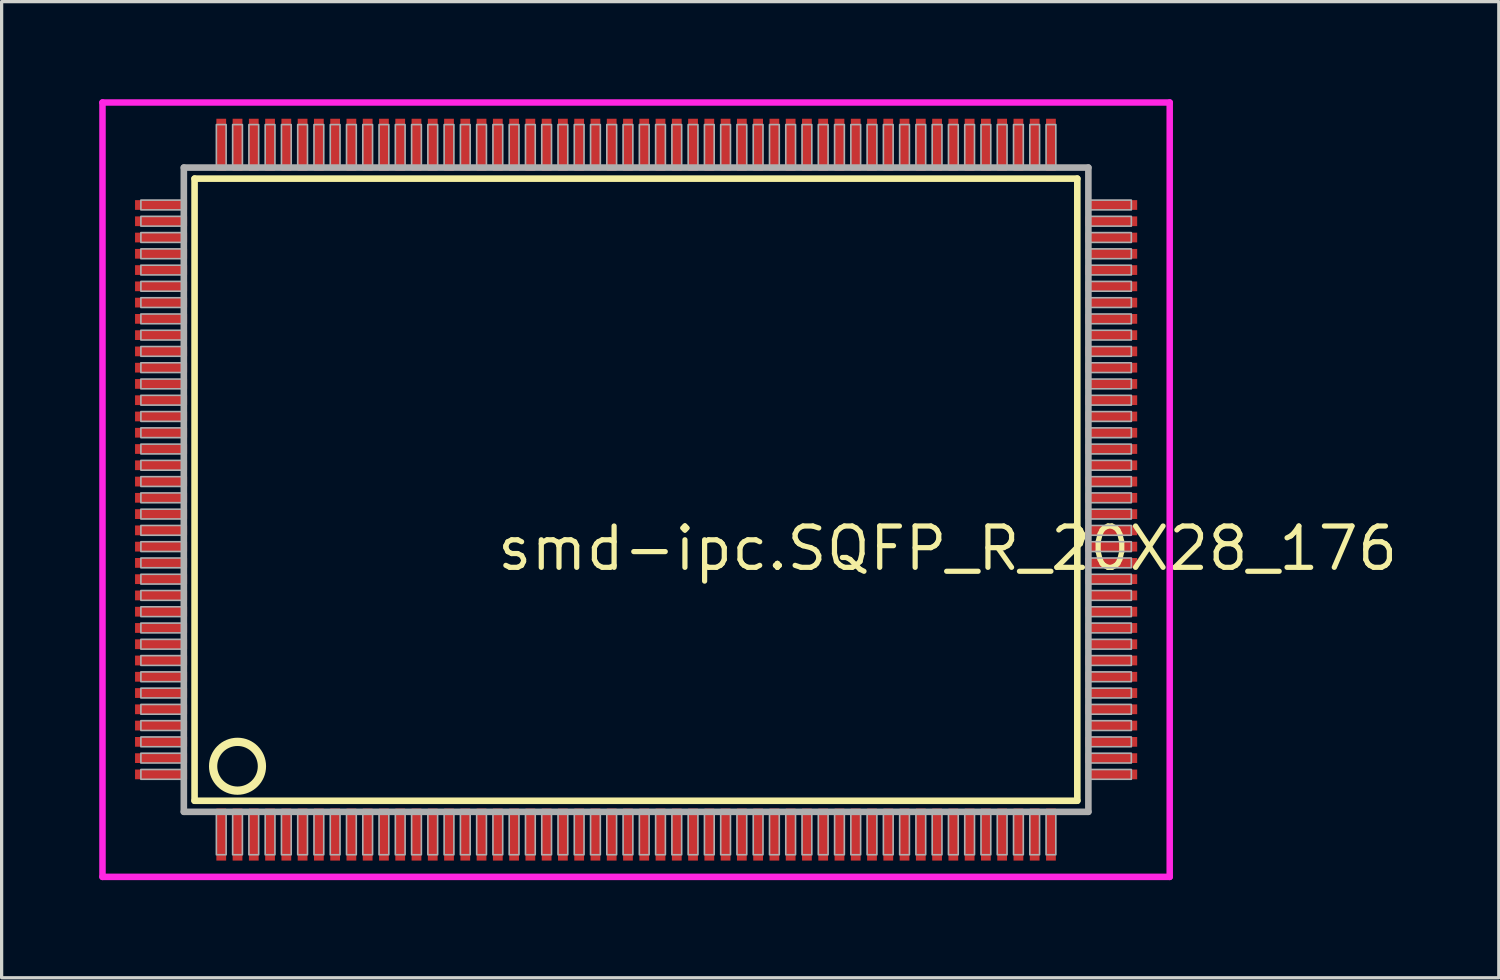
<source format=kicad_pcb>
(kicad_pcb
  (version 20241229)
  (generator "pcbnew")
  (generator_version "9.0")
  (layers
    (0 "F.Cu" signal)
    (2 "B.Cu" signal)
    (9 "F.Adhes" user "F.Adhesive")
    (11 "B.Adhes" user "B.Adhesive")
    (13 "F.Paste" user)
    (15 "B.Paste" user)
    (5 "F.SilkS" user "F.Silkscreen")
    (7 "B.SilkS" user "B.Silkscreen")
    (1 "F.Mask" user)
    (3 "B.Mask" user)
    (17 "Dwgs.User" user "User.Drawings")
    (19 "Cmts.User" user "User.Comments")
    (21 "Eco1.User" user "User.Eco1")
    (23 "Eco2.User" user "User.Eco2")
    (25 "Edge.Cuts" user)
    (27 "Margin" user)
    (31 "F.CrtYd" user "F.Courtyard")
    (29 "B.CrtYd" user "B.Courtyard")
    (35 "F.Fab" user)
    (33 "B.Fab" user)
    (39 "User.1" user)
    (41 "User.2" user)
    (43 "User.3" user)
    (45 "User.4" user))
  (footprint "smd-ipc.SQFP_R_20X28_176"
    (layer "F.Cu")
    (at 16.5 12)
    (property "Reference" "smd-ipc.SQFP_R_20X28_176" (at -4.35 2.55 0) (layer "F.SilkS") (effects (font (size 1.27 1.27) (thickness 0.16)) (justify left bottom)))
    (attr smd)
    (fp_line (start -13.57 -9.56) (end 13.56 -9.56) (stroke (width 0.203) (type default)) (layer "F.SilkS"))
    (fp_line (start -13.57 9.56) (end -13.57 -9.56) (stroke (width 0.203) (type default)) (layer "F.SilkS"))
    (fp_line (start 13.56 -9.56) (end 13.56 9.56) (stroke (width 0.203) (type default)) (layer "F.SilkS"))
    (fp_line (start 13.56 9.56) (end -13.57 9.56) (stroke (width 0.203) (type default)) (layer "F.SilkS"))
    (fp_circle (center -12.25 8.5) (end -11.5 8.5) (stroke (width 0.254) (type default)) (fill no) (layer "F.SilkS"))
    (fp_line (start -16.4 -11.9) (end 16.4 -11.9) (stroke (width 0.2) (type default)) (layer "F.CrtYd"))
    (fp_line (start -16.4 11.9) (end -16.4 -11.9) (stroke (width 0.2) (type default)) (layer "F.CrtYd"))
    (fp_line (start 16.4 -11.9) (end 16.4 11.9) (stroke (width 0.2) (type default)) (layer "F.CrtYd"))
    (fp_line (start 16.4 11.9) (end -16.4 11.9) (stroke (width 0.2) (type default)) (layer "F.CrtYd"))
    (fp_line (start -13.9 -9.9) (end -13.9 9.9) (stroke (width 0.203) (type default)) (layer "F.Fab"))
    (fp_line (start -13.9 9.9) (end 13.9 9.9) (stroke (width 0.203) (type default)) (layer "F.Fab"))
    (fp_line (start 13.9 -9.9) (end -13.9 -9.9) (stroke (width 0.203) (type default)) (layer "F.Fab"))
    (fp_line (start 13.9 9.9) (end 13.9 -9.9) (stroke (width 0.203) (type default)) (layer "F.Fab"))
    (fp_rect (start -15.22 -8.6) (end -13.95 -8.9) (stroke (width 0.05) (type default)) (fill no) (layer "F.Fab"))
    (fp_rect (start -15.22 -8.1) (end -13.95 -8.4) (stroke (width 0.05) (type default)) (fill no) (layer "F.Fab"))
    (fp_rect (start -15.22 -7.6) (end -13.95 -7.9) (stroke (width 0.05) (type default)) (fill no) (layer "F.Fab"))
    (fp_rect (start -15.22 -7.1) (end -13.95 -7.4) (stroke (width 0.05) (type default)) (fill no) (layer "F.Fab"))
    (fp_rect (start -15.22 -6.6) (end -13.95 -6.9) (stroke (width 0.05) (type default)) (fill no) (layer "F.Fab"))
    (fp_rect (start -15.22 -6.1) (end -13.95 -6.4) (stroke (width 0.05) (type default)) (fill no) (layer "F.Fab"))
    (fp_rect (start -15.22 -5.6) (end -13.95 -5.9) (stroke (width 0.05) (type default)) (fill no) (layer "F.Fab"))
    (fp_rect (start -15.22 -5.1) (end -13.95 -5.4) (stroke (width 0.05) (type default)) (fill no) (layer "F.Fab"))
    (fp_rect (start -15.22 -4.6) (end -13.95 -4.9) (stroke (width 0.05) (type default)) (fill no) (layer "F.Fab"))
    (fp_rect (start -15.22 -4.1) (end -13.95 -4.4) (stroke (width 0.05) (type default)) (fill no) (layer "F.Fab"))
    (fp_rect (start -15.22 -3.6) (end -13.95 -3.9) (stroke (width 0.05) (type default)) (fill no) (layer "F.Fab"))
    (fp_rect (start -15.22 -3.1) (end -13.95 -3.4) (stroke (width 0.05) (type default)) (fill no) (layer "F.Fab"))
    (fp_rect (start -15.22 -2.6) (end -13.95 -2.9) (stroke (width 0.05) (type default)) (fill no) (layer "F.Fab"))
    (fp_rect (start -15.22 -2.1) (end -13.95 -2.4) (stroke (width 0.05) (type default)) (fill no) (layer "F.Fab"))
    (fp_rect (start -15.22 -1.6) (end -13.95 -1.9) (stroke (width 0.05) (type default)) (fill no) (layer "F.Fab"))
    (fp_rect (start -15.22 -1.1) (end -13.95 -1.4) (stroke (width 0.05) (type default)) (fill no) (layer "F.Fab"))
    (fp_rect (start -15.22 -0.6) (end -13.95 -0.9) (stroke (width 0.05) (type default)) (fill no) (layer "F.Fab"))
    (fp_rect (start -15.22 -0.1) (end -13.95 -0.4) (stroke (width 0.05) (type default)) (fill no) (layer "F.Fab"))
    (fp_rect (start -15.22 0.4) (end -13.95 0.1) (stroke (width 0.05) (type default)) (fill no) (layer "F.Fab"))
    (fp_rect (start -15.22 0.9) (end -13.95 0.6) (stroke (width 0.05) (type default)) (fill no) (layer "F.Fab"))
    (fp_rect (start -15.22 1.4) (end -13.95 1.1) (stroke (width 0.05) (type default)) (fill no) (layer "F.Fab"))
    (fp_rect (start -15.22 1.9) (end -13.95 1.6) (stroke (width 0.05) (type default)) (fill no) (layer "F.Fab"))
    (fp_rect (start -15.22 2.4) (end -13.95 2.1) (stroke (width 0.05) (type default)) (fill no) (layer "F.Fab"))
    (fp_rect (start -15.22 2.9) (end -13.95 2.6) (stroke (width 0.05) (type default)) (fill no) (layer "F.Fab"))
    (fp_rect (start -15.22 3.4) (end -13.95 3.1) (stroke (width 0.05) (type default)) (fill no) (layer "F.Fab"))
    (fp_rect (start -15.22 3.9) (end -13.95 3.6) (stroke (width 0.05) (type default)) (fill no) (layer "F.Fab"))
    (fp_rect (start -15.22 4.4) (end -13.95 4.1) (stroke (width 0.05) (type default)) (fill no) (layer "F.Fab"))
    (fp_rect (start -15.22 4.9) (end -13.95 4.6) (stroke (width 0.05) (type default)) (fill no) (layer "F.Fab"))
    (fp_rect (start -15.22 5.4) (end -13.95 5.1) (stroke (width 0.05) (type default)) (fill no) (layer "F.Fab"))
    (fp_rect (start -15.22 5.9) (end -13.95 5.6) (stroke (width 0.05) (type default)) (fill no) (layer "F.Fab"))
    (fp_rect (start -15.22 6.4) (end -13.95 6.1) (stroke (width 0.05) (type default)) (fill no) (layer "F.Fab"))
    (fp_rect (start -15.22 6.9) (end -13.95 6.6) (stroke (width 0.05) (type default)) (fill no) (layer "F.Fab"))
    (fp_rect (start -15.22 7.4) (end -13.95 7.1) (stroke (width 0.05) (type default)) (fill no) (layer "F.Fab"))
    (fp_rect (start -15.22 7.9) (end -13.95 7.6) (stroke (width 0.05) (type default)) (fill no) (layer "F.Fab"))
    (fp_rect (start -15.22 8.4) (end -13.95 8.1) (stroke (width 0.05) (type default)) (fill no) (layer "F.Fab"))
    (fp_rect (start -15.22 8.9) (end -13.95 8.6) (stroke (width 0.05) (type default)) (fill no) (layer "F.Fab"))
    (fp_rect (start -12.9 -9.95) (end -12.6 -11.22) (stroke (width 0.05) (type default)) (fill no) (layer "F.Fab"))
    (fp_rect (start -12.9 11.22) (end -12.6 9.95) (stroke (width 0.05) (type default)) (fill no) (layer "F.Fab"))
    (fp_rect (start -12.4 -9.95) (end -12.1 -11.22) (stroke (width 0.05) (type default)) (fill no) (layer "F.Fab"))
    (fp_rect (start -12.4 11.22) (end -12.1 9.95) (stroke (width 0.05) (type default)) (fill no) (layer "F.Fab"))
    (fp_rect (start -11.9 -9.95) (end -11.6 -11.22) (stroke (width 0.05) (type default)) (fill no) (layer "F.Fab"))
    (fp_rect (start -11.9 11.22) (end -11.6 9.95) (stroke (width 0.05) (type default)) (fill no) (layer "F.Fab"))
    (fp_rect (start -11.4 -9.95) (end -11.1 -11.22) (stroke (width 0.05) (type default)) (fill no) (layer "F.Fab"))
    (fp_rect (start -11.4 11.22) (end -11.1 9.95) (stroke (width 0.05) (type default)) (fill no) (layer "F.Fab"))
    (fp_rect (start -10.9 -9.95) (end -10.6 -11.22) (stroke (width 0.05) (type default)) (fill no) (layer "F.Fab"))
    (fp_rect (start -10.9 11.22) (end -10.6 9.95) (stroke (width 0.05) (type default)) (fill no) (layer "F.Fab"))
    (fp_rect (start -10.4 -9.95) (end -10.1 -11.22) (stroke (width 0.05) (type default)) (fill no) (layer "F.Fab"))
    (fp_rect (start -10.4 11.22) (end -10.1 9.95) (stroke (width 0.05) (type default)) (fill no) (layer "F.Fab"))
    (fp_rect (start -9.9 -9.95) (end -9.6 -11.22) (stroke (width 0.05) (type default)) (fill no) (layer "F.Fab"))
    (fp_rect (start -9.9 11.22) (end -9.6 9.95) (stroke (width 0.05) (type default)) (fill no) (layer "F.Fab"))
    (fp_rect (start -9.4 -9.95) (end -9.1 -11.22) (stroke (width 0.05) (type default)) (fill no) (layer "F.Fab"))
    (fp_rect (start -9.4 11.22) (end -9.1 9.95) (stroke (width 0.05) (type default)) (fill no) (layer "F.Fab"))
    (fp_rect (start -8.9 -9.95) (end -8.6 -11.22) (stroke (width 0.05) (type default)) (fill no) (layer "F.Fab"))
    (fp_rect (start -8.9 11.22) (end -8.6 9.95) (stroke (width 0.05) (type default)) (fill no) (layer "F.Fab"))
    (fp_rect (start -8.4 -9.95) (end -8.1 -11.22) (stroke (width 0.05) (type default)) (fill no) (layer "F.Fab"))
    (fp_rect (start -8.4 11.22) (end -8.1 9.95) (stroke (width 0.05) (type default)) (fill no) (layer "F.Fab"))
    (fp_rect (start -7.9 -9.95) (end -7.6 -11.22) (stroke (width 0.05) (type default)) (fill no) (layer "F.Fab"))
    (fp_rect (start -7.9 11.22) (end -7.6 9.95) (stroke (width 0.05) (type default)) (fill no) (layer "F.Fab"))
    (fp_rect (start -7.4 -9.95) (end -7.1 -11.22) (stroke (width 0.05) (type default)) (fill no) (layer "F.Fab"))
    (fp_rect (start -7.4 11.22) (end -7.1 9.95) (stroke (width 0.05) (type default)) (fill no) (layer "F.Fab"))
    (fp_rect (start -6.9 -9.95) (end -6.6 -11.22) (stroke (width 0.05) (type default)) (fill no) (layer "F.Fab"))
    (fp_rect (start -6.9 11.22) (end -6.6 9.95) (stroke (width 0.05) (type default)) (fill no) (layer "F.Fab"))
    (fp_rect (start -6.4 -9.95) (end -6.1 -11.22) (stroke (width 0.05) (type default)) (fill no) (layer "F.Fab"))
    (fp_rect (start -6.4 11.22) (end -6.1 9.95) (stroke (width 0.05) (type default)) (fill no) (layer "F.Fab"))
    (fp_rect (start -5.9 -9.95) (end -5.6 -11.22) (stroke (width 0.05) (type default)) (fill no) (layer "F.Fab"))
    (fp_rect (start -5.9 11.22) (end -5.6 9.95) (stroke (width 0.05) (type default)) (fill no) (layer "F.Fab"))
    (fp_rect (start -5.4 -9.95) (end -5.1 -11.22) (stroke (width 0.05) (type default)) (fill no) (layer "F.Fab"))
    (fp_rect (start -5.4 11.22) (end -5.1 9.95) (stroke (width 0.05) (type default)) (fill no) (layer "F.Fab"))
    (fp_rect (start -4.9 -9.95) (end -4.6 -11.22) (stroke (width 0.05) (type default)) (fill no) (layer "F.Fab"))
    (fp_rect (start -4.9 11.22) (end -4.6 9.95) (stroke (width 0.05) (type default)) (fill no) (layer "F.Fab"))
    (fp_rect (start -4.4 -9.95) (end -4.1 -11.22) (stroke (width 0.05) (type default)) (fill no) (layer "F.Fab"))
    (fp_rect (start -4.4 11.22) (end -4.1 9.95) (stroke (width 0.05) (type default)) (fill no) (layer "F.Fab"))
    (fp_rect (start -3.9 -9.95) (end -3.6 -11.22) (stroke (width 0.05) (type default)) (fill no) (layer "F.Fab"))
    (fp_rect (start -3.9 11.22) (end -3.6 9.95) (stroke (width 0.05) (type default)) (fill no) (layer "F.Fab"))
    (fp_rect (start -3.4 -9.95) (end -3.1 -11.22) (stroke (width 0.05) (type default)) (fill no) (layer "F.Fab"))
    (fp_rect (start -3.4 11.22) (end -3.1 9.95) (stroke (width 0.05) (type default)) (fill no) (layer "F.Fab"))
    (fp_rect (start -2.9 -9.95) (end -2.6 -11.22) (stroke (width 0.05) (type default)) (fill no) (layer "F.Fab"))
    (fp_rect (start -2.9 11.22) (end -2.6 9.95) (stroke (width 0.05) (type default)) (fill no) (layer "F.Fab"))
    (fp_rect (start -2.4 -9.95) (end -2.1 -11.22) (stroke (width 0.05) (type default)) (fill no) (layer "F.Fab"))
    (fp_rect (start -2.4 11.22) (end -2.1 9.95) (stroke (width 0.05) (type default)) (fill no) (layer "F.Fab"))
    (fp_rect (start -1.9 -9.95) (end -1.6 -11.22) (stroke (width 0.05) (type default)) (fill no) (layer "F.Fab"))
    (fp_rect (start -1.9 11.22) (end -1.6 9.95) (stroke (width 0.05) (type default)) (fill no) (layer "F.Fab"))
    (fp_rect (start -1.4 -9.95) (end -1.1 -11.22) (stroke (width 0.05) (type default)) (fill no) (layer "F.Fab"))
    (fp_rect (start -1.4 11.22) (end -1.1 9.95) (stroke (width 0.05) (type default)) (fill no) (layer "F.Fab"))
    (fp_rect (start -0.9 -9.95) (end -0.6 -11.22) (stroke (width 0.05) (type default)) (fill no) (layer "F.Fab"))
    (fp_rect (start -0.9 11.22) (end -0.6 9.95) (stroke (width 0.05) (type default)) (fill no) (layer "F.Fab"))
    (fp_rect (start -0.4 -9.95) (end -0.1 -11.22) (stroke (width 0.05) (type default)) (fill no) (layer "F.Fab"))
    (fp_rect (start -0.4 11.22) (end -0.1 9.95) (stroke (width 0.05) (type default)) (fill no) (layer "F.Fab"))
    (fp_rect (start 0.1 -9.95) (end 0.4 -11.22) (stroke (width 0.05) (type default)) (fill no) (layer "F.Fab"))
    (fp_rect (start 0.1 11.22) (end 0.4 9.95) (stroke (width 0.05) (type default)) (fill no) (layer "F.Fab"))
    (fp_rect (start 0.6 -9.95) (end 0.9 -11.22) (stroke (width 0.05) (type default)) (fill no) (layer "F.Fab"))
    (fp_rect (start 0.6 11.22) (end 0.9 9.95) (stroke (width 0.05) (type default)) (fill no) (layer "F.Fab"))
    (fp_rect (start 1.1 -9.95) (end 1.4 -11.22) (stroke (width 0.05) (type default)) (fill no) (layer "F.Fab"))
    (fp_rect (start 1.1 11.22) (end 1.4 9.95) (stroke (width 0.05) (type default)) (fill no) (layer "F.Fab"))
    (fp_rect (start 1.6 -9.95) (end 1.9 -11.22) (stroke (width 0.05) (type default)) (fill no) (layer "F.Fab"))
    (fp_rect (start 1.6 11.22) (end 1.9 9.95) (stroke (width 0.05) (type default)) (fill no) (layer "F.Fab"))
    (fp_rect (start 2.1 -9.95) (end 2.4 -11.22) (stroke (width 0.05) (type default)) (fill no) (layer "F.Fab"))
    (fp_rect (start 2.1 11.22) (end 2.4 9.95) (stroke (width 0.05) (type default)) (fill no) (layer "F.Fab"))
    (fp_rect (start 2.6 -9.95) (end 2.9 -11.22) (stroke (width 0.05) (type default)) (fill no) (layer "F.Fab"))
    (fp_rect (start 2.6 11.22) (end 2.9 9.95) (stroke (width 0.05) (type default)) (fill no) (layer "F.Fab"))
    (fp_rect (start 3.1 -9.95) (end 3.4 -11.22) (stroke (width 0.05) (type default)) (fill no) (layer "F.Fab"))
    (fp_rect (start 3.1 11.22) (end 3.4 9.95) (stroke (width 0.05) (type default)) (fill no) (layer "F.Fab"))
    (fp_rect (start 3.6 -9.95) (end 3.9 -11.22) (stroke (width 0.05) (type default)) (fill no) (layer "F.Fab"))
    (fp_rect (start 3.6 11.22) (end 3.9 9.95) (stroke (width 0.05) (type default)) (fill no) (layer "F.Fab"))
    (fp_rect (start 4.1 -9.95) (end 4.4 -11.22) (stroke (width 0.05) (type default)) (fill no) (layer "F.Fab"))
    (fp_rect (start 4.1 11.22) (end 4.4 9.95) (stroke (width 0.05) (type default)) (fill no) (layer "F.Fab"))
    (fp_rect (start 4.6 -9.95) (end 4.9 -11.22) (stroke (width 0.05) (type default)) (fill no) (layer "F.Fab"))
    (fp_rect (start 4.6 11.22) (end 4.9 9.95) (stroke (width 0.05) (type default)) (fill no) (layer "F.Fab"))
    (fp_rect (start 5.1 -9.95) (end 5.4 -11.22) (stroke (width 0.05) (type default)) (fill no) (layer "F.Fab"))
    (fp_rect (start 5.1 11.22) (end 5.4 9.95) (stroke (width 0.05) (type default)) (fill no) (layer "F.Fab"))
    (fp_rect (start 5.6 -9.95) (end 5.9 -11.22) (stroke (width 0.05) (type default)) (fill no) (layer "F.Fab"))
    (fp_rect (start 5.6 11.22) (end 5.9 9.95) (stroke (width 0.05) (type default)) (fill no) (layer "F.Fab"))
    (fp_rect (start 6.1 -9.95) (end 6.4 -11.22) (stroke (width 0.05) (type default)) (fill no) (layer "F.Fab"))
    (fp_rect (start 6.1 11.22) (end 6.4 9.95) (stroke (width 0.05) (type default)) (fill no) (layer "F.Fab"))
    (fp_rect (start 6.6 -9.95) (end 6.9 -11.22) (stroke (width 0.05) (type default)) (fill no) (layer "F.Fab"))
    (fp_rect (start 6.6 11.22) (end 6.9 9.95) (stroke (width 0.05) (type default)) (fill no) (layer "F.Fab"))
    (fp_rect (start 7.1 -9.95) (end 7.4 -11.22) (stroke (width 0.05) (type default)) (fill no) (layer "F.Fab"))
    (fp_rect (start 7.1 11.22) (end 7.4 9.95) (stroke (width 0.05) (type default)) (fill no) (layer "F.Fab"))
    (fp_rect (start 7.6 -9.95) (end 7.9 -11.22) (stroke (width 0.05) (type default)) (fill no) (layer "F.Fab"))
    (fp_rect (start 7.6 11.22) (end 7.9 9.95) (stroke (width 0.05) (type default)) (fill no) (layer "F.Fab"))
    (fp_rect (start 8.1 -9.95) (end 8.4 -11.22) (stroke (width 0.05) (type default)) (fill no) (layer "F.Fab"))
    (fp_rect (start 8.1 11.22) (end 8.4 9.95) (stroke (width 0.05) (type default)) (fill no) (layer "F.Fab"))
    (fp_rect (start 8.6 -9.95) (end 8.9 -11.22) (stroke (width 0.05) (type default)) (fill no) (layer "F.Fab"))
    (fp_rect (start 8.6 11.22) (end 8.9 9.95) (stroke (width 0.05) (type default)) (fill no) (layer "F.Fab"))
    (fp_rect (start 9.1 -9.95) (end 9.4 -11.22) (stroke (width 0.05) (type default)) (fill no) (layer "F.Fab"))
    (fp_rect (start 9.1 11.22) (end 9.4 9.95) (stroke (width 0.05) (type default)) (fill no) (layer "F.Fab"))
    (fp_rect (start 9.6 -9.95) (end 9.9 -11.22) (stroke (width 0.05) (type default)) (fill no) (layer "F.Fab"))
    (fp_rect (start 9.6 11.22) (end 9.9 9.95) (stroke (width 0.05) (type default)) (fill no) (layer "F.Fab"))
    (fp_rect (start 10.1 -9.95) (end 10.4 -11.22) (stroke (width 0.05) (type default)) (fill no) (layer "F.Fab"))
    (fp_rect (start 10.1 11.22) (end 10.4 9.95) (stroke (width 0.05) (type default)) (fill no) (layer "F.Fab"))
    (fp_rect (start 10.6 -9.95) (end 10.9 -11.22) (stroke (width 0.05) (type default)) (fill no) (layer "F.Fab"))
    (fp_rect (start 10.6 11.22) (end 10.9 9.95) (stroke (width 0.05) (type default)) (fill no) (layer "F.Fab"))
    (fp_rect (start 11.1 -9.95) (end 11.4 -11.22) (stroke (width 0.05) (type default)) (fill no) (layer "F.Fab"))
    (fp_rect (start 11.1 11.22) (end 11.4 9.95) (stroke (width 0.05) (type default)) (fill no) (layer "F.Fab"))
    (fp_rect (start 11.6 -9.95) (end 11.9 -11.22) (stroke (width 0.05) (type default)) (fill no) (layer "F.Fab"))
    (fp_rect (start 11.6 11.22) (end 11.9 9.95) (stroke (width 0.05) (type default)) (fill no) (layer "F.Fab"))
    (fp_rect (start 12.1 -9.95) (end 12.4 -11.22) (stroke (width 0.05) (type default)) (fill no) (layer "F.Fab"))
    (fp_rect (start 12.1 11.22) (end 12.4 9.95) (stroke (width 0.05) (type default)) (fill no) (layer "F.Fab"))
    (fp_rect (start 12.6 -9.95) (end 12.9 -11.22) (stroke (width 0.05) (type default)) (fill no) (layer "F.Fab"))
    (fp_rect (start 12.6 11.22) (end 12.9 9.95) (stroke (width 0.05) (type default)) (fill no) (layer "F.Fab"))
    (fp_rect (start 13.95 -8.6) (end 15.22 -8.9) (stroke (width 0.05) (type default)) (fill no) (layer "F.Fab"))
    (fp_rect (start 13.95 -8.1) (end 15.22 -8.4) (stroke (width 0.05) (type default)) (fill no) (layer "F.Fab"))
    (fp_rect (start 13.95 -7.6) (end 15.22 -7.9) (stroke (width 0.05) (type default)) (fill no) (layer "F.Fab"))
    (fp_rect (start 13.95 -7.1) (end 15.22 -7.4) (stroke (width 0.05) (type default)) (fill no) (layer "F.Fab"))
    (fp_rect (start 13.95 -6.6) (end 15.22 -6.9) (stroke (width 0.05) (type default)) (fill no) (layer "F.Fab"))
    (fp_rect (start 13.95 -6.1) (end 15.22 -6.4) (stroke (width 0.05) (type default)) (fill no) (layer "F.Fab"))
    (fp_rect (start 13.95 -5.6) (end 15.22 -5.9) (stroke (width 0.05) (type default)) (fill no) (layer "F.Fab"))
    (fp_rect (start 13.95 -5.1) (end 15.22 -5.4) (stroke (width 0.05) (type default)) (fill no) (layer "F.Fab"))
    (fp_rect (start 13.95 -4.6) (end 15.22 -4.9) (stroke (width 0.05) (type default)) (fill no) (layer "F.Fab"))
    (fp_rect (start 13.95 -4.1) (end 15.22 -4.4) (stroke (width 0.05) (type default)) (fill no) (layer "F.Fab"))
    (fp_rect (start 13.95 -3.6) (end 15.22 -3.9) (stroke (width 0.05) (type default)) (fill no) (layer "F.Fab"))
    (fp_rect (start 13.95 -3.1) (end 15.22 -3.4) (stroke (width 0.05) (type default)) (fill no) (layer "F.Fab"))
    (fp_rect (start 13.95 -2.6) (end 15.22 -2.9) (stroke (width 0.05) (type default)) (fill no) (layer "F.Fab"))
    (fp_rect (start 13.95 -2.1) (end 15.22 -2.4) (stroke (width 0.05) (type default)) (fill no) (layer "F.Fab"))
    (fp_rect (start 13.95 -1.6) (end 15.22 -1.9) (stroke (width 0.05) (type default)) (fill no) (layer "F.Fab"))
    (fp_rect (start 13.95 -1.1) (end 15.22 -1.4) (stroke (width 0.05) (type default)) (fill no) (layer "F.Fab"))
    (fp_rect (start 13.95 -0.6) (end 15.22 -0.9) (stroke (width 0.05) (type default)) (fill no) (layer "F.Fab"))
    (fp_rect (start 13.95 -0.1) (end 15.22 -0.4) (stroke (width 0.05) (type default)) (fill no) (layer "F.Fab"))
    (fp_rect (start 13.95 0.4) (end 15.22 0.1) (stroke (width 0.05) (type default)) (fill no) (layer "F.Fab"))
    (fp_rect (start 13.95 0.9) (end 15.22 0.6) (stroke (width 0.05) (type default)) (fill no) (layer "F.Fab"))
    (fp_rect (start 13.95 1.4) (end 15.22 1.1) (stroke (width 0.05) (type default)) (fill no) (layer "F.Fab"))
    (fp_rect (start 13.95 1.9) (end 15.22 1.6) (stroke (width 0.05) (type default)) (fill no) (layer "F.Fab"))
    (fp_rect (start 13.95 2.4) (end 15.22 2.1) (stroke (width 0.05) (type default)) (fill no) (layer "F.Fab"))
    (fp_rect (start 13.95 2.9) (end 15.22 2.6) (stroke (width 0.05) (type default)) (fill no) (layer "F.Fab"))
    (fp_rect (start 13.95 3.4) (end 15.22 3.1) (stroke (width 0.05) (type default)) (fill no) (layer "F.Fab"))
    (fp_rect (start 13.95 3.9) (end 15.22 3.6) (stroke (width 0.05) (type default)) (fill no) (layer "F.Fab"))
    (fp_rect (start 13.95 4.4) (end 15.22 4.1) (stroke (width 0.05) (type default)) (fill no) (layer "F.Fab"))
    (fp_rect (start 13.95 4.9) (end 15.22 4.6) (stroke (width 0.05) (type default)) (fill no) (layer "F.Fab"))
    (fp_rect (start 13.95 5.4) (end 15.22 5.1) (stroke (width 0.05) (type default)) (fill no) (layer "F.Fab"))
    (fp_rect (start 13.95 5.9) (end 15.22 5.6) (stroke (width 0.05) (type default)) (fill no) (layer "F.Fab"))
    (fp_rect (start 13.95 6.4) (end 15.22 6.1) (stroke (width 0.05) (type default)) (fill no) (layer "F.Fab"))
    (fp_rect (start 13.95 6.9) (end 15.22 6.6) (stroke (width 0.05) (type default)) (fill no) (layer "F.Fab"))
    (fp_rect (start 13.95 7.4) (end 15.22 7.1) (stroke (width 0.05) (type default)) (fill no) (layer "F.Fab"))
    (fp_rect (start 13.95 7.9) (end 15.22 7.6) (stroke (width 0.05) (type default)) (fill no) (layer "F.Fab"))
    (fp_rect (start 13.95 8.4) (end 15.22 8.1) (stroke (width 0.05) (type default)) (fill no) (layer "F.Fab"))
    (fp_rect (start 13.95 8.9) (end 15.22 8.6) (stroke (width 0.05) (type default)) (fill no) (layer "F.Fab"))
    (pad "1" smd roundrect (at -12.75 10.6) (size 0.3 1.6) (layers "F.Cu" "F.Mask" "F.Paste") (roundrect_rratio 0.01))
    (pad "2" smd roundrect (at -12.25 10.6) (size 0.3 1.6) (layers "F.Cu" "F.Mask" "F.Paste") (roundrect_rratio 0.01))
    (pad "3" smd roundrect (at -11.75 10.6) (size 0.3 1.6) (layers "F.Cu" "F.Mask" "F.Paste") (roundrect_rratio 0.01))
    (pad "4" smd roundrect (at -11.25 10.6) (size 0.3 1.6) (layers "F.Cu" "F.Mask" "F.Paste") (roundrect_rratio 0.01))
    (pad "5" smd roundrect (at -10.75 10.6) (size 0.3 1.6) (layers "F.Cu" "F.Mask" "F.Paste") (roundrect_rratio 0.01))
    (pad "6" smd roundrect (at -10.25 10.6) (size 0.3 1.6) (layers "F.Cu" "F.Mask" "F.Paste") (roundrect_rratio 0.01))
    (pad "7" smd roundrect (at -9.75 10.6) (size 0.3 1.6) (layers "F.Cu" "F.Mask" "F.Paste") (roundrect_rratio 0.01))
    (pad "8" smd roundrect (at -9.25 10.6) (size 0.3 1.6) (layers "F.Cu" "F.Mask" "F.Paste") (roundrect_rratio 0.01))
    (pad "9" smd roundrect (at -8.75 10.6) (size 0.3 1.6) (layers "F.Cu" "F.Mask" "F.Paste") (roundrect_rratio 0.01))
    (pad "10" smd roundrect (at -8.25 10.6) (size 0.3 1.6) (layers "F.Cu" "F.Mask" "F.Paste") (roundrect_rratio 0.01))
    (pad "11" smd roundrect (at -7.75 10.6) (size 0.3 1.6) (layers "F.Cu" "F.Mask" "F.Paste") (roundrect_rratio 0.01))
    (pad "12" smd roundrect (at -7.25 10.6) (size 0.3 1.6) (layers "F.Cu" "F.Mask" "F.Paste") (roundrect_rratio 0.01))
    (pad "13" smd roundrect (at -6.75 10.6) (size 0.3 1.6) (layers "F.Cu" "F.Mask" "F.Paste") (roundrect_rratio 0.01))
    (pad "14" smd roundrect (at -6.25 10.6) (size 0.3 1.6) (layers "F.Cu" "F.Mask" "F.Paste") (roundrect_rratio 0.01))
    (pad "15" smd roundrect (at -5.75 10.6) (size 0.3 1.6) (layers "F.Cu" "F.Mask" "F.Paste") (roundrect_rratio 0.01))
    (pad "16" smd roundrect (at -5.25 10.6) (size 0.3 1.6) (layers "F.Cu" "F.Mask" "F.Paste") (roundrect_rratio 0.01))
    (pad "17" smd roundrect (at -4.75 10.6) (size 0.3 1.6) (layers "F.Cu" "F.Mask" "F.Paste") (roundrect_rratio 0.01))
    (pad "18" smd roundrect (at -4.25 10.6) (size 0.3 1.6) (layers "F.Cu" "F.Mask" "F.Paste") (roundrect_rratio 0.01))
    (pad "19" smd roundrect (at -3.75 10.6) (size 0.3 1.6) (layers "F.Cu" "F.Mask" "F.Paste") (roundrect_rratio 0.01))
    (pad "20" smd roundrect (at -3.25 10.6) (size 0.3 1.6) (layers "F.Cu" "F.Mask" "F.Paste") (roundrect_rratio 0.01))
    (pad "21" smd roundrect (at -2.75 10.6) (size 0.3 1.6) (layers "F.Cu" "F.Mask" "F.Paste") (roundrect_rratio 0.01))
    (pad "22" smd roundrect (at -2.25 10.6) (size 0.3 1.6) (layers "F.Cu" "F.Mask" "F.Paste") (roundrect_rratio 0.01))
    (pad "23" smd roundrect (at -1.75 10.6) (size 0.3 1.6) (layers "F.Cu" "F.Mask" "F.Paste") (roundrect_rratio 0.01))
    (pad "24" smd roundrect (at -1.25 10.6) (size 0.3 1.6) (layers "F.Cu" "F.Mask" "F.Paste") (roundrect_rratio 0.01))
    (pad "25" smd roundrect (at -0.75 10.6) (size 0.3 1.6) (layers "F.Cu" "F.Mask" "F.Paste") (roundrect_rratio 0.01))
    (pad "26" smd roundrect (at -0.25 10.6) (size 0.3 1.6) (layers "F.Cu" "F.Mask" "F.Paste") (roundrect_rratio 0.01))
    (pad "27" smd roundrect (at 0.25 10.6) (size 0.3 1.6) (layers "F.Cu" "F.Mask" "F.Paste") (roundrect_rratio 0.01))
    (pad "28" smd roundrect (at 0.75 10.6) (size 0.3 1.6) (layers "F.Cu" "F.Mask" "F.Paste") (roundrect_rratio 0.01))
    (pad "29" smd roundrect (at 1.25 10.6) (size 0.3 1.6) (layers "F.Cu" "F.Mask" "F.Paste") (roundrect_rratio 0.01))
    (pad "30" smd roundrect (at 1.75 10.6) (size 0.3 1.6) (layers "F.Cu" "F.Mask" "F.Paste") (roundrect_rratio 0.01))
    (pad "31" smd roundrect (at 2.25 10.6) (size 0.3 1.6) (layers "F.Cu" "F.Mask" "F.Paste") (roundrect_rratio 0.01))
    (pad "32" smd roundrect (at 2.75 10.6) (size 0.3 1.6) (layers "F.Cu" "F.Mask" "F.Paste") (roundrect_rratio 0.01))
    (pad "33" smd roundrect (at 3.25 10.6) (size 0.3 1.6) (layers "F.Cu" "F.Mask" "F.Paste") (roundrect_rratio 0.01))
    (pad "34" smd roundrect (at 3.75 10.6) (size 0.3 1.6) (layers "F.Cu" "F.Mask" "F.Paste") (roundrect_rratio 0.01))
    (pad "35" smd roundrect (at 4.25 10.6) (size 0.3 1.6) (layers "F.Cu" "F.Mask" "F.Paste") (roundrect_rratio 0.01))
    (pad "36" smd roundrect (at 4.75 10.6) (size 0.3 1.6) (layers "F.Cu" "F.Mask" "F.Paste") (roundrect_rratio 0.01))
    (pad "37" smd roundrect (at 5.25 10.6) (size 0.3 1.6) (layers "F.Cu" "F.Mask" "F.Paste") (roundrect_rratio 0.01))
    (pad "38" smd roundrect (at 5.75 10.6) (size 0.3 1.6) (layers "F.Cu" "F.Mask" "F.Paste") (roundrect_rratio 0.01))
    (pad "39" smd roundrect (at 6.25 10.6) (size 0.3 1.6) (layers "F.Cu" "F.Mask" "F.Paste") (roundrect_rratio 0.01))
    (pad "40" smd roundrect (at 6.75 10.6) (size 0.3 1.6) (layers "F.Cu" "F.Mask" "F.Paste") (roundrect_rratio 0.01))
    (pad "41" smd roundrect (at 7.25 10.6) (size 0.3 1.6) (layers "F.Cu" "F.Mask" "F.Paste") (roundrect_rratio 0.01))
    (pad "42" smd roundrect (at 7.75 10.6) (size 0.3 1.6) (layers "F.Cu" "F.Mask" "F.Paste") (roundrect_rratio 0.01))
    (pad "43" smd roundrect (at 8.25 10.6) (size 0.3 1.6) (layers "F.Cu" "F.Mask" "F.Paste") (roundrect_rratio 0.01))
    (pad "44" smd roundrect (at 8.75 10.6) (size 0.3 1.6) (layers "F.Cu" "F.Mask" "F.Paste") (roundrect_rratio 0.01))
    (pad "45" smd roundrect (at 9.25 10.6) (size 0.3 1.6) (layers "F.Cu" "F.Mask" "F.Paste") (roundrect_rratio 0.01))
    (pad "46" smd roundrect (at 9.75 10.6) (size 0.3 1.6) (layers "F.Cu" "F.Mask" "F.Paste") (roundrect_rratio 0.01))
    (pad "47" smd roundrect (at 10.25 10.6) (size 0.3 1.6) (layers "F.Cu" "F.Mask" "F.Paste") (roundrect_rratio 0.01))
    (pad "48" smd roundrect (at 10.75 10.6) (size 0.3 1.6) (layers "F.Cu" "F.Mask" "F.Paste") (roundrect_rratio 0.01))
    (pad "49" smd roundrect (at 11.25 10.6) (size 0.3 1.6) (layers "F.Cu" "F.Mask" "F.Paste") (roundrect_rratio 0.01))
    (pad "50" smd roundrect (at 11.75 10.6) (size 0.3 1.6) (layers "F.Cu" "F.Mask" "F.Paste") (roundrect_rratio 0.01))
    (pad "51" smd roundrect (at 12.25 10.6) (size 0.3 1.6) (layers "F.Cu" "F.Mask" "F.Paste") (roundrect_rratio 0.01))
    (pad "52" smd roundrect (at 12.75 10.6) (size 0.3 1.6) (layers "F.Cu" "F.Mask" "F.Paste") (roundrect_rratio 0.01))
    (pad "53" smd roundrect (at 14.6 8.75) (size 1.6 0.3) (layers "F.Cu" "F.Mask" "F.Paste") (roundrect_rratio 0.01))
    (pad "54" smd roundrect (at 14.6 8.25) (size 1.6 0.3) (layers "F.Cu" "F.Mask" "F.Paste") (roundrect_rratio 0.01))
    (pad "55" smd roundrect (at 14.6 7.75) (size 1.6 0.3) (layers "F.Cu" "F.Mask" "F.Paste") (roundrect_rratio 0.01))
    (pad "56" smd roundrect (at 14.6 7.25) (size 1.6 0.3) (layers "F.Cu" "F.Mask" "F.Paste") (roundrect_rratio 0.01))
    (pad "57" smd roundrect (at 14.6 6.75) (size 1.6 0.3) (layers "F.Cu" "F.Mask" "F.Paste") (roundrect_rratio 0.01))
    (pad "58" smd roundrect (at 14.6 6.25) (size 1.6 0.3) (layers "F.Cu" "F.Mask" "F.Paste") (roundrect_rratio 0.01))
    (pad "59" smd roundrect (at 14.6 5.75) (size 1.6 0.3) (layers "F.Cu" "F.Mask" "F.Paste") (roundrect_rratio 0.01))
    (pad "60" smd roundrect (at 14.6 5.25) (size 1.6 0.3) (layers "F.Cu" "F.Mask" "F.Paste") (roundrect_rratio 0.01))
    (pad "61" smd roundrect (at 14.6 4.75) (size 1.6 0.3) (layers "F.Cu" "F.Mask" "F.Paste") (roundrect_rratio 0.01))
    (pad "62" smd roundrect (at 14.6 4.25) (size 1.6 0.3) (layers "F.Cu" "F.Mask" "F.Paste") (roundrect_rratio 0.01))
    (pad "63" smd roundrect (at 14.6 3.75) (size 1.6 0.3) (layers "F.Cu" "F.Mask" "F.Paste") (roundrect_rratio 0.01))
    (pad "64" smd roundrect (at 14.6 3.25) (size 1.6 0.3) (layers "F.Cu" "F.Mask" "F.Paste") (roundrect_rratio 0.01))
    (pad "65" smd roundrect (at 14.6 2.75) (size 1.6 0.3) (layers "F.Cu" "F.Mask" "F.Paste") (roundrect_rratio 0.01))
    (pad "66" smd roundrect (at 14.6 2.25) (size 1.6 0.3) (layers "F.Cu" "F.Mask" "F.Paste") (roundrect_rratio 0.01))
    (pad "67" smd roundrect (at 14.6 1.75) (size 1.6 0.3) (layers "F.Cu" "F.Mask" "F.Paste") (roundrect_rratio 0.01))
    (pad "68" smd roundrect (at 14.6 1.25) (size 1.6 0.3) (layers "F.Cu" "F.Mask" "F.Paste") (roundrect_rratio 0.01))
    (pad "69" smd roundrect (at 14.6 0.75) (size 1.6 0.3) (layers "F.Cu" "F.Mask" "F.Paste") (roundrect_rratio 0.01))
    (pad "70" smd roundrect (at 14.6 0.25) (size 1.6 0.3) (layers "F.Cu" "F.Mask" "F.Paste") (roundrect_rratio 0.01))
    (pad "71" smd roundrect (at 14.6 -0.25) (size 1.6 0.3) (layers "F.Cu" "F.Mask" "F.Paste") (roundrect_rratio 0.01))
    (pad "72" smd roundrect (at 14.6 -0.75) (size 1.6 0.3) (layers "F.Cu" "F.Mask" "F.Paste") (roundrect_rratio 0.01))
    (pad "73" smd roundrect (at 14.6 -1.25) (size 1.6 0.3) (layers "F.Cu" "F.Mask" "F.Paste") (roundrect_rratio 0.01))
    (pad "74" smd roundrect (at 14.6 -1.75) (size 1.6 0.3) (layers "F.Cu" "F.Mask" "F.Paste") (roundrect_rratio 0.01))
    (pad "75" smd roundrect (at 14.6 -2.25) (size 1.6 0.3) (layers "F.Cu" "F.Mask" "F.Paste") (roundrect_rratio 0.01))
    (pad "76" smd roundrect (at 14.6 -2.75) (size 1.6 0.3) (layers "F.Cu" "F.Mask" "F.Paste") (roundrect_rratio 0.01))
    (pad "77" smd roundrect (at 14.6 -3.25) (size 1.6 0.3) (layers "F.Cu" "F.Mask" "F.Paste") (roundrect_rratio 0.01))
    (pad "78" smd roundrect (at 14.6 -3.75) (size 1.6 0.3) (layers "F.Cu" "F.Mask" "F.Paste") (roundrect_rratio 0.01))
    (pad "79" smd roundrect (at 14.6 -4.25) (size 1.6 0.3) (layers "F.Cu" "F.Mask" "F.Paste") (roundrect_rratio 0.01))
    (pad "80" smd roundrect (at 14.6 -4.75) (size 1.6 0.3) (layers "F.Cu" "F.Mask" "F.Paste") (roundrect_rratio 0.01))
    (pad "81" smd roundrect (at 14.6 -5.25) (size 1.6 0.3) (layers "F.Cu" "F.Mask" "F.Paste") (roundrect_rratio 0.01))
    (pad "82" smd roundrect (at 14.6 -5.75) (size 1.6 0.3) (layers "F.Cu" "F.Mask" "F.Paste") (roundrect_rratio 0.01))
    (pad "83" smd roundrect (at 14.6 -6.25) (size 1.6 0.3) (layers "F.Cu" "F.Mask" "F.Paste") (roundrect_rratio 0.01))
    (pad "84" smd roundrect (at 14.6 -6.75) (size 1.6 0.3) (layers "F.Cu" "F.Mask" "F.Paste") (roundrect_rratio 0.01))
    (pad "85" smd roundrect (at 14.6 -7.25) (size 1.6 0.3) (layers "F.Cu" "F.Mask" "F.Paste") (roundrect_rratio 0.01))
    (pad "86" smd roundrect (at 14.6 -7.75) (size 1.6 0.3) (layers "F.Cu" "F.Mask" "F.Paste") (roundrect_rratio 0.01))
    (pad "87" smd roundrect (at 14.6 -8.25) (size 1.6 0.3) (layers "F.Cu" "F.Mask" "F.Paste") (roundrect_rratio 0.01))
    (pad "88" smd roundrect (at 14.6 -8.75) (size 1.6 0.3) (layers "F.Cu" "F.Mask" "F.Paste") (roundrect_rratio 0.01))
    (pad "89" smd roundrect (at 12.75 -10.6) (size 0.3 1.6) (layers "F.Cu" "F.Mask" "F.Paste") (roundrect_rratio 0.01))
    (pad "90" smd roundrect (at 12.25 -10.6) (size 0.3 1.6) (layers "F.Cu" "F.Mask" "F.Paste") (roundrect_rratio 0.01))
    (pad "91" smd roundrect (at 11.75 -10.6) (size 0.3 1.6) (layers "F.Cu" "F.Mask" "F.Paste") (roundrect_rratio 0.01))
    (pad "92" smd roundrect (at 11.25 -10.6) (size 0.3 1.6) (layers "F.Cu" "F.Mask" "F.Paste") (roundrect_rratio 0.01))
    (pad "93" smd roundrect (at 10.75 -10.6) (size 0.3 1.6) (layers "F.Cu" "F.Mask" "F.Paste") (roundrect_rratio 0.01))
    (pad "94" smd roundrect (at 10.25 -10.6) (size 0.3 1.6) (layers "F.Cu" "F.Mask" "F.Paste") (roundrect_rratio 0.01))
    (pad "95" smd roundrect (at 9.75 -10.6) (size 0.3 1.6) (layers "F.Cu" "F.Mask" "F.Paste") (roundrect_rratio 0.01))
    (pad "96" smd roundrect (at 9.25 -10.6) (size 0.3 1.6) (layers "F.Cu" "F.Mask" "F.Paste") (roundrect_rratio 0.01))
    (pad "97" smd roundrect (at 8.75 -10.6) (size 0.3 1.6) (layers "F.Cu" "F.Mask" "F.Paste") (roundrect_rratio 0.01))
    (pad "98" smd roundrect (at 8.25 -10.6) (size 0.3 1.6) (layers "F.Cu" "F.Mask" "F.Paste") (roundrect_rratio 0.01))
    (pad "99" smd roundrect (at 7.75 -10.6) (size 0.3 1.6) (layers "F.Cu" "F.Mask" "F.Paste") (roundrect_rratio 0.01))
    (pad "100" smd roundrect (at 7.25 -10.6) (size 0.3 1.6) (layers "F.Cu" "F.Mask" "F.Paste") (roundrect_rratio 0.01))
    (pad "101" smd roundrect (at 6.75 -10.6) (size 0.3 1.6) (layers "F.Cu" "F.Mask" "F.Paste") (roundrect_rratio 0.01))
    (pad "102" smd roundrect (at 6.25 -10.6) (size 0.3 1.6) (layers "F.Cu" "F.Mask" "F.Paste") (roundrect_rratio 0.01))
    (pad "103" smd roundrect (at 5.75 -10.6) (size 0.3 1.6) (layers "F.Cu" "F.Mask" "F.Paste") (roundrect_rratio 0.01))
    (pad "104" smd roundrect (at 5.25 -10.6) (size 0.3 1.6) (layers "F.Cu" "F.Mask" "F.Paste") (roundrect_rratio 0.01))
    (pad "105" smd roundrect (at 4.75 -10.6) (size 0.3 1.6) (layers "F.Cu" "F.Mask" "F.Paste") (roundrect_rratio 0.01))
    (pad "106" smd roundrect (at 4.25 -10.6) (size 0.3 1.6) (layers "F.Cu" "F.Mask" "F.Paste") (roundrect_rratio 0.01))
    (pad "107" smd roundrect (at 3.75 -10.6) (size 0.3 1.6) (layers "F.Cu" "F.Mask" "F.Paste") (roundrect_rratio 0.01))
    (pad "108" smd roundrect (at 3.25 -10.6) (size 0.3 1.6) (layers "F.Cu" "F.Mask" "F.Paste") (roundrect_rratio 0.01))
    (pad "109" smd roundrect (at 2.75 -10.6) (size 0.3 1.6) (layers "F.Cu" "F.Mask" "F.Paste") (roundrect_rratio 0.01))
    (pad "110" smd roundrect (at 2.25 -10.6) (size 0.3 1.6) (layers "F.Cu" "F.Mask" "F.Paste") (roundrect_rratio 0.01))
    (pad "111" smd roundrect (at 1.75 -10.6) (size 0.3 1.6) (layers "F.Cu" "F.Mask" "F.Paste") (roundrect_rratio 0.01))
    (pad "112" smd roundrect (at 1.25 -10.6) (size 0.3 1.6) (layers "F.Cu" "F.Mask" "F.Paste") (roundrect_rratio 0.01))
    (pad "113" smd roundrect (at 0.75 -10.6) (size 0.3 1.6) (layers "F.Cu" "F.Mask" "F.Paste") (roundrect_rratio 0.01))
    (pad "114" smd roundrect (at 0.25 -10.6) (size 0.3 1.6) (layers "F.Cu" "F.Mask" "F.Paste") (roundrect_rratio 0.01))
    (pad "115" smd roundrect (at -0.25 -10.6) (size 0.3 1.6) (layers "F.Cu" "F.Mask" "F.Paste") (roundrect_rratio 0.01))
    (pad "116" smd roundrect (at -0.75 -10.6) (size 0.3 1.6) (layers "F.Cu" "F.Mask" "F.Paste") (roundrect_rratio 0.01))
    (pad "117" smd roundrect (at -1.25 -10.6) (size 0.3 1.6) (layers "F.Cu" "F.Mask" "F.Paste") (roundrect_rratio 0.01))
    (pad "118" smd roundrect (at -1.75 -10.6) (size 0.3 1.6) (layers "F.Cu" "F.Mask" "F.Paste") (roundrect_rratio 0.01))
    (pad "119" smd roundrect (at -2.25 -10.6) (size 0.3 1.6) (layers "F.Cu" "F.Mask" "F.Paste") (roundrect_rratio 0.01))
    (pad "120" smd roundrect (at -2.75 -10.6) (size 0.3 1.6) (layers "F.Cu" "F.Mask" "F.Paste") (roundrect_rratio 0.01))
    (pad "121" smd roundrect (at -3.25 -10.6) (size 0.3 1.6) (layers "F.Cu" "F.Mask" "F.Paste") (roundrect_rratio 0.01))
    (pad "122" smd roundrect (at -3.75 -10.6) (size 0.3 1.6) (layers "F.Cu" "F.Mask" "F.Paste") (roundrect_rratio 0.01))
    (pad "123" smd roundrect (at -4.25 -10.6) (size 0.3 1.6) (layers "F.Cu" "F.Mask" "F.Paste") (roundrect_rratio 0.01))
    (pad "124" smd roundrect (at -4.75 -10.6) (size 0.3 1.6) (layers "F.Cu" "F.Mask" "F.Paste") (roundrect_rratio 0.01))
    (pad "125" smd roundrect (at -5.25 -10.6) (size 0.3 1.6) (layers "F.Cu" "F.Mask" "F.Paste") (roundrect_rratio 0.01))
    (pad "126" smd roundrect (at -5.75 -10.6) (size 0.3 1.6) (layers "F.Cu" "F.Mask" "F.Paste") (roundrect_rratio 0.01))
    (pad "127" smd roundrect (at -6.25 -10.6) (size 0.3 1.6) (layers "F.Cu" "F.Mask" "F.Paste") (roundrect_rratio 0.01))
    (pad "128" smd roundrect (at -6.75 -10.6) (size 0.3 1.6) (layers "F.Cu" "F.Mask" "F.Paste") (roundrect_rratio 0.01))
    (pad "129" smd roundrect (at -7.25 -10.6) (size 0.3 1.6) (layers "F.Cu" "F.Mask" "F.Paste") (roundrect_rratio 0.01))
    (pad "130" smd roundrect (at -7.75 -10.6) (size 0.3 1.6) (layers "F.Cu" "F.Mask" "F.Paste") (roundrect_rratio 0.01))
    (pad "131" smd roundrect (at -8.25 -10.6) (size 0.3 1.6) (layers "F.Cu" "F.Mask" "F.Paste") (roundrect_rratio 0.01))
    (pad "132" smd roundrect (at -8.75 -10.6) (size 0.3 1.6) (layers "F.Cu" "F.Mask" "F.Paste") (roundrect_rratio 0.01))
    (pad "133" smd roundrect (at -9.25 -10.6) (size 0.3 1.6) (layers "F.Cu" "F.Mask" "F.Paste") (roundrect_rratio 0.01))
    (pad "134" smd roundrect (at -9.75 -10.6) (size 0.3 1.6) (layers "F.Cu" "F.Mask" "F.Paste") (roundrect_rratio 0.01))
    (pad "135" smd roundrect (at -10.25 -10.6) (size 0.3 1.6) (layers "F.Cu" "F.Mask" "F.Paste") (roundrect_rratio 0.01))
    (pad "136" smd roundrect (at -10.75 -10.6) (size 0.3 1.6) (layers "F.Cu" "F.Mask" "F.Paste") (roundrect_rratio 0.01))
    (pad "137" smd roundrect (at -11.25 -10.6) (size 0.3 1.6) (layers "F.Cu" "F.Mask" "F.Paste") (roundrect_rratio 0.01))
    (pad "138" smd roundrect (at -11.75 -10.6) (size 0.3 1.6) (layers "F.Cu" "F.Mask" "F.Paste") (roundrect_rratio 0.01))
    (pad "139" smd roundrect (at -12.25 -10.6) (size 0.3 1.6) (layers "F.Cu" "F.Mask" "F.Paste") (roundrect_rratio 0.01))
    (pad "140" smd roundrect (at -12.75 -10.6) (size 0.3 1.6) (layers "F.Cu" "F.Mask" "F.Paste") (roundrect_rratio 0.01))
    (pad "141" smd roundrect (at -14.6 -8.75) (size 1.6 0.3) (layers "F.Cu" "F.Mask" "F.Paste") (roundrect_rratio 0.01))
    (pad "142" smd roundrect (at -14.6 -8.25) (size 1.6 0.3) (layers "F.Cu" "F.Mask" "F.Paste") (roundrect_rratio 0.01))
    (pad "143" smd roundrect (at -14.6 -7.75) (size 1.6 0.3) (layers "F.Cu" "F.Mask" "F.Paste") (roundrect_rratio 0.01))
    (pad "144" smd roundrect (at -14.6 -7.25) (size 1.6 0.3) (layers "F.Cu" "F.Mask" "F.Paste") (roundrect_rratio 0.01))
    (pad "145" smd roundrect (at -14.6 -6.75) (size 1.6 0.3) (layers "F.Cu" "F.Mask" "F.Paste") (roundrect_rratio 0.01))
    (pad "146" smd roundrect (at -14.6 -6.25) (size 1.6 0.3) (layers "F.Cu" "F.Mask" "F.Paste") (roundrect_rratio 0.01))
    (pad "147" smd roundrect (at -14.6 -5.75) (size 1.6 0.3) (layers "F.Cu" "F.Mask" "F.Paste") (roundrect_rratio 0.01))
    (pad "148" smd roundrect (at -14.6 -5.25) (size 1.6 0.3) (layers "F.Cu" "F.Mask" "F.Paste") (roundrect_rratio 0.01))
    (pad "149" smd roundrect (at -14.6 -4.75) (size 1.6 0.3) (layers "F.Cu" "F.Mask" "F.Paste") (roundrect_rratio 0.01))
    (pad "150" smd roundrect (at -14.6 -4.25) (size 1.6 0.3) (layers "F.Cu" "F.Mask" "F.Paste") (roundrect_rratio 0.01))
    (pad "151" smd roundrect (at -14.6 -3.75) (size 1.6 0.3) (layers "F.Cu" "F.Mask" "F.Paste") (roundrect_rratio 0.01))
    (pad "152" smd roundrect (at -14.6 -3.25) (size 1.6 0.3) (layers "F.Cu" "F.Mask" "F.Paste") (roundrect_rratio 0.01))
    (pad "153" smd roundrect (at -14.6 -2.75) (size 1.6 0.3) (layers "F.Cu" "F.Mask" "F.Paste") (roundrect_rratio 0.01))
    (pad "154" smd roundrect (at -14.6 -2.25) (size 1.6 0.3) (layers "F.Cu" "F.Mask" "F.Paste") (roundrect_rratio 0.01))
    (pad "155" smd roundrect (at -14.6 -1.75) (size 1.6 0.3) (layers "F.Cu" "F.Mask" "F.Paste") (roundrect_rratio 0.01))
    (pad "156" smd roundrect (at -14.6 -1.25) (size 1.6 0.3) (layers "F.Cu" "F.Mask" "F.Paste") (roundrect_rratio 0.01))
    (pad "157" smd roundrect (at -14.6 -0.75) (size 1.6 0.3) (layers "F.Cu" "F.Mask" "F.Paste") (roundrect_rratio 0.01))
    (pad "158" smd roundrect (at -14.6 -0.25) (size 1.6 0.3) (layers "F.Cu" "F.Mask" "F.Paste") (roundrect_rratio 0.01))
    (pad "159" smd roundrect (at -14.6 0.25) (size 1.6 0.3) (layers "F.Cu" "F.Mask" "F.Paste") (roundrect_rratio 0.01))
    (pad "160" smd roundrect (at -14.6 0.75) (size 1.6 0.3) (layers "F.Cu" "F.Mask" "F.Paste") (roundrect_rratio 0.01))
    (pad "161" smd roundrect (at -14.6 1.25) (size 1.6 0.3) (layers "F.Cu" "F.Mask" "F.Paste") (roundrect_rratio 0.01))
    (pad "162" smd roundrect (at -14.6 1.75) (size 1.6 0.3) (layers "F.Cu" "F.Mask" "F.Paste") (roundrect_rratio 0.01))
    (pad "163" smd roundrect (at -14.6 2.25) (size 1.6 0.3) (layers "F.Cu" "F.Mask" "F.Paste") (roundrect_rratio 0.01))
    (pad "164" smd roundrect (at -14.6 2.75) (size 1.6 0.3) (layers "F.Cu" "F.Mask" "F.Paste") (roundrect_rratio 0.01))
    (pad "165" smd roundrect (at -14.6 3.25) (size 1.6 0.3) (layers "F.Cu" "F.Mask" "F.Paste") (roundrect_rratio 0.01))
    (pad "166" smd roundrect (at -14.6 3.75) (size 1.6 0.3) (layers "F.Cu" "F.Mask" "F.Paste") (roundrect_rratio 0.01))
    (pad "167" smd roundrect (at -14.6 4.25) (size 1.6 0.3) (layers "F.Cu" "F.Mask" "F.Paste") (roundrect_rratio 0.01))
    (pad "168" smd roundrect (at -14.6 4.75) (size 1.6 0.3) (layers "F.Cu" "F.Mask" "F.Paste") (roundrect_rratio 0.01))
    (pad "169" smd roundrect (at -14.6 5.25) (size 1.6 0.3) (layers "F.Cu" "F.Mask" "F.Paste") (roundrect_rratio 0.01))
    (pad "170" smd roundrect (at -14.6 5.75) (size 1.6 0.3) (layers "F.Cu" "F.Mask" "F.Paste") (roundrect_rratio 0.01))
    (pad "171" smd roundrect (at -14.6 6.25) (size 1.6 0.3) (layers "F.Cu" "F.Mask" "F.Paste") (roundrect_rratio 0.01))
    (pad "172" smd roundrect (at -14.6 6.75) (size 1.6 0.3) (layers "F.Cu" "F.Mask" "F.Paste") (roundrect_rratio 0.01))
    (pad "173" smd roundrect (at -14.6 7.25) (size 1.6 0.3) (layers "F.Cu" "F.Mask" "F.Paste") (roundrect_rratio 0.01))
    (pad "174" smd roundrect (at -14.6 7.75) (size 1.6 0.3) (layers "F.Cu" "F.Mask" "F.Paste") (roundrect_rratio 0.01))
    (pad "175" smd roundrect (at -14.6 8.25) (size 1.6 0.3) (layers "F.Cu" "F.Mask" "F.Paste") (roundrect_rratio 0.01))
    (pad "176" smd roundrect (at -14.6 8.75) (size 1.6 0.3) (layers "F.Cu" "F.Mask" "F.Paste") (roundrect_rratio 0.01)))
  (gr_rect
    (start -3 -3)
    (end 43.014 27)
    (stroke (width 0.1) (type default))
    (fill no)
    (layer "Edge.Cuts")))
</source>
